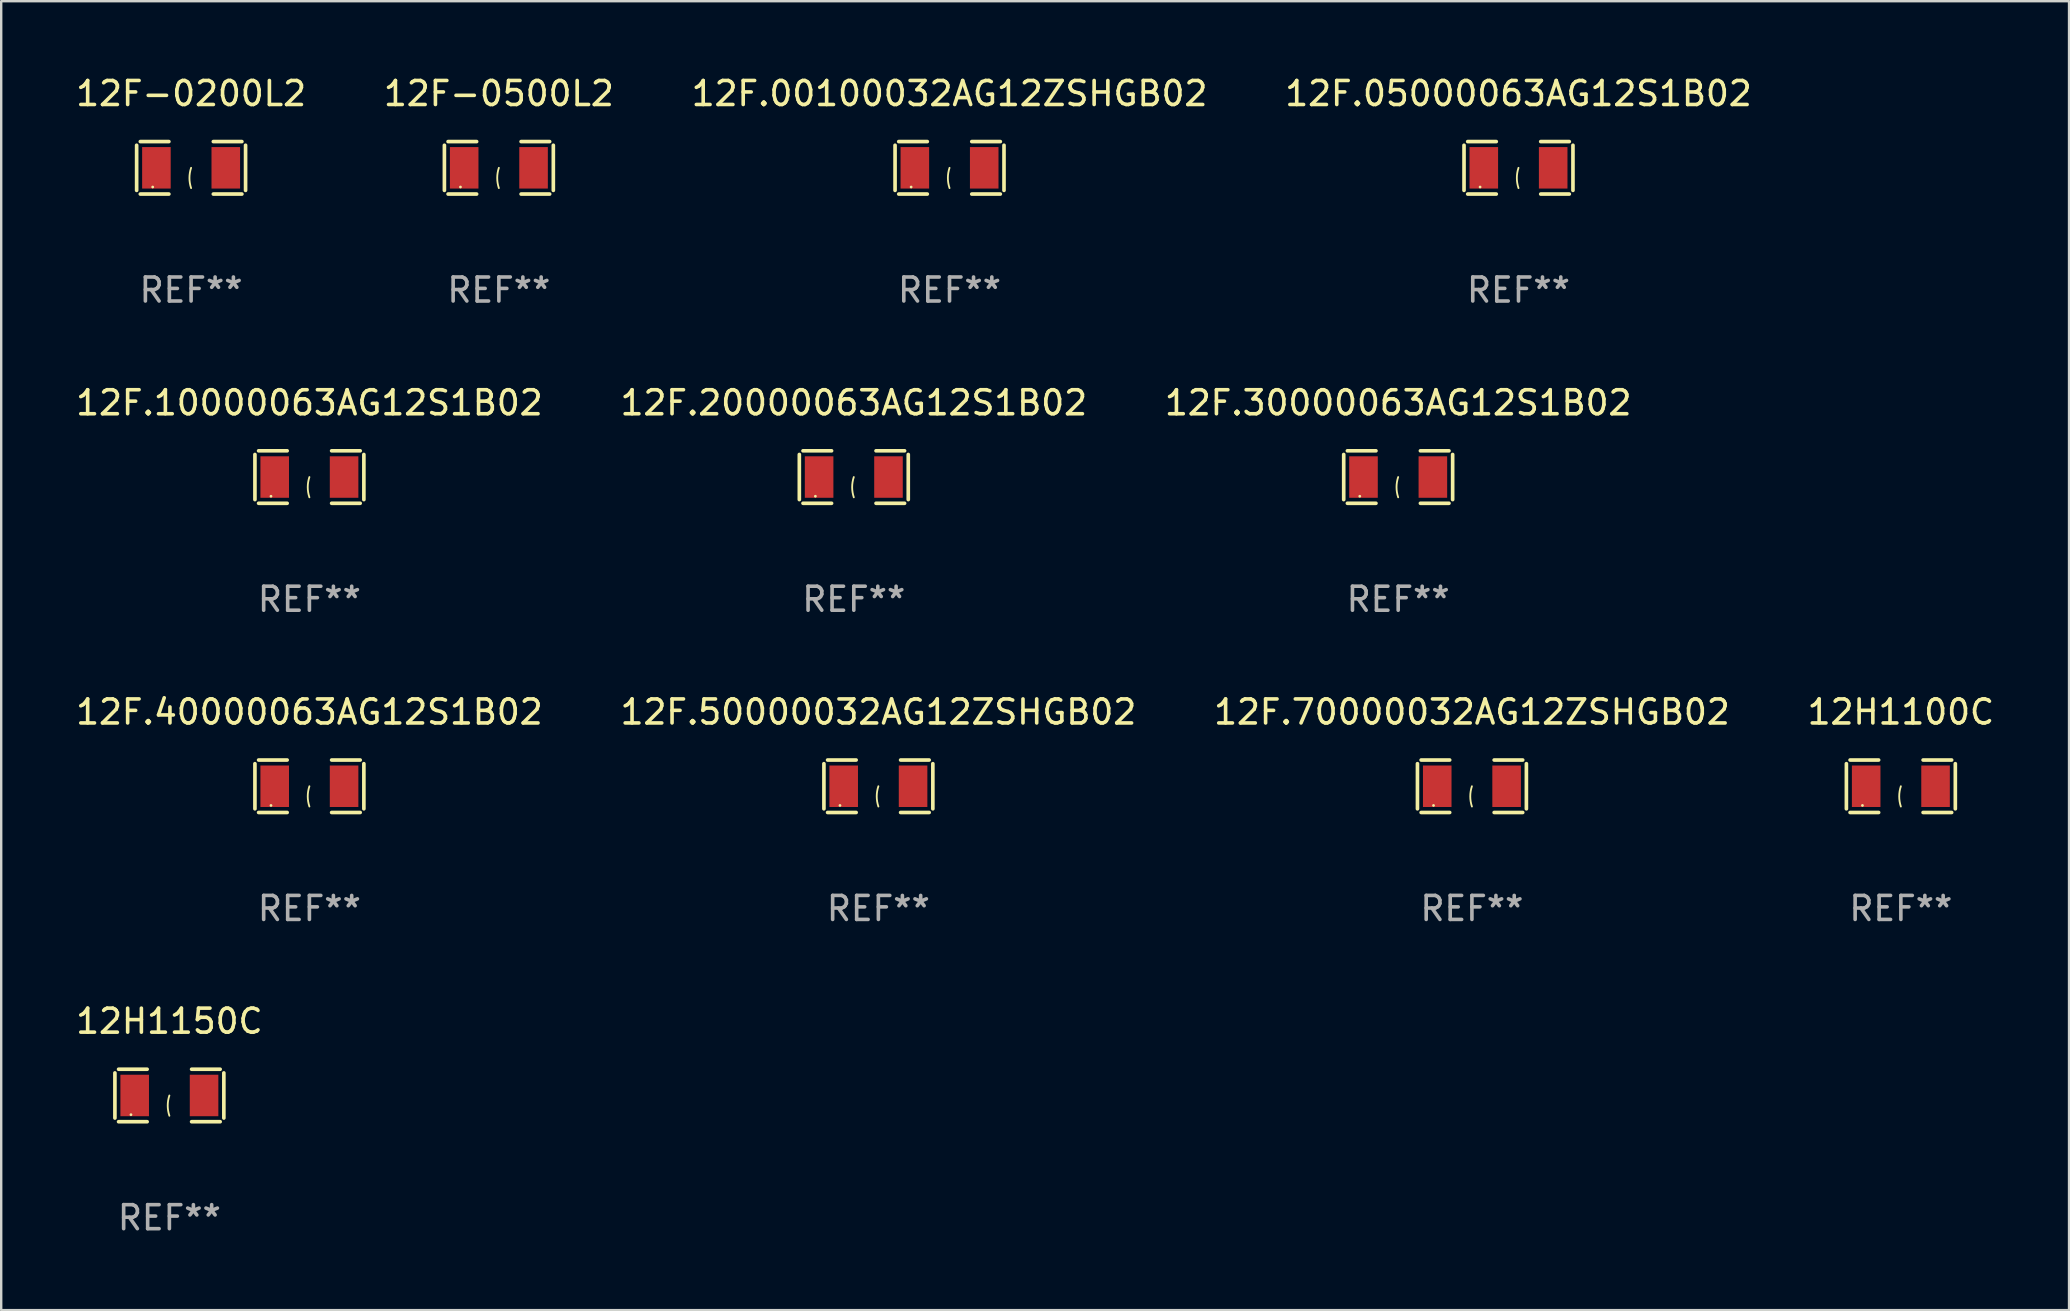
<source format=kicad_pcb>
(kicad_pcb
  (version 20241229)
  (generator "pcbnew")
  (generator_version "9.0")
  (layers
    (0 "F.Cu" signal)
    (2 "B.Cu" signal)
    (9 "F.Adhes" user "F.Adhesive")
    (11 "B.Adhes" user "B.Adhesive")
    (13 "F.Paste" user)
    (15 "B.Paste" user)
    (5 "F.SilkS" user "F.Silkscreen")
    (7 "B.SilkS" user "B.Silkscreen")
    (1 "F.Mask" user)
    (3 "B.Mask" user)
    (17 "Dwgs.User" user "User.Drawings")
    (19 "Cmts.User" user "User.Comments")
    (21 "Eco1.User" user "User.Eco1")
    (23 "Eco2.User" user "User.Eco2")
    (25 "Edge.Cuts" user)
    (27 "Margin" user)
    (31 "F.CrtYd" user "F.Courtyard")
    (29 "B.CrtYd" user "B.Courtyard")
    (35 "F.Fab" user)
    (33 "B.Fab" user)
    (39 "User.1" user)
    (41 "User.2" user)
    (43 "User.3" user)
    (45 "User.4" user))
  (footprint "12F.10000063AG12S1B02"
    (layer "F.Cu")
    (at 9.839 16.823)
    (property "Reference" "12F.10000063AG12S1B02" (at 0 -3.093 0) (layer "F.SilkS") (effects (font (size 1 1) (thickness 0.15))))
    (attr through_hole)
    (fp_line (start -2.269 -0.94) (end -2.269 0.94) (stroke (width 0.152) (type solid)) (layer "F.SilkS"))
    (fp_line (start -2.116 1.093) (end -0.926 1.093) (stroke (width 0.152) (type solid)) (layer "F.SilkS"))
    (fp_line (start -0.926 -1.093) (end -2.116 -1.093) (stroke (width 0.152) (type solid)) (layer "F.SilkS"))
    (fp_line (start 0.926 -1.093) (end 2.116 -1.093) (stroke (width 0.152) (type solid)) (layer "F.SilkS"))
    (fp_line (start 2.116 1.093) (end 0.926 1.093) (stroke (width 0.152) (type solid)) (layer "F.SilkS"))
    (fp_line (start 2.269 -0.94) (end 2.269 0.94) (stroke (width 0.152) (type solid)) (layer "F.SilkS"))
    (fp_arc (start 0 0.844951) (mid -0.068559 0.422475) (end 0 0) (stroke (width 0.0762) (type solid)) (layer "F.SilkS"))
    (fp_circle (center -1.6 0.8) (end -1.57 0.8) (stroke (width 0.06) (type solid)) (fill no) (layer "F.SilkS"))
    (fp_text user "REF**" (at 0 5.093 0) (layer "F.Fab") (effects (font (size 1 1) (thickness 0.15))))
    (pad "1" smd rect (at -1.445 0) (size 1.19 1.728) (layers "F.Cu" "F.Mask" "F.Paste"))
    (pad "2" smd rect (at 1.445 0) (size 1.19 1.728) (layers "F.Cu" "F.Mask" "F.Paste")))
  (footprint "12F.30000063AG12S1B02"
    (layer "F.Cu")
    (at 55.196 16.823)
    (property "Reference" "12F.30000063AG12S1B02" (at 0 -3.093 0) (layer "F.SilkS") (effects (font (size 1 1) (thickness 0.15))))
    (attr through_hole)
    (fp_line (start -2.269 -0.94) (end -2.269 0.94) (stroke (width 0.152) (type solid)) (layer "F.SilkS"))
    (fp_line (start -2.116 1.093) (end -0.926 1.093) (stroke (width 0.152) (type solid)) (layer "F.SilkS"))
    (fp_line (start -0.926 -1.093) (end -2.116 -1.093) (stroke (width 0.152) (type solid)) (layer "F.SilkS"))
    (fp_line (start 0.926 -1.093) (end 2.116 -1.093) (stroke (width 0.152) (type solid)) (layer "F.SilkS"))
    (fp_line (start 2.116 1.093) (end 0.926 1.093) (stroke (width 0.152) (type solid)) (layer "F.SilkS"))
    (fp_line (start 2.269 -0.94) (end 2.269 0.94) (stroke (width 0.152) (type solid)) (layer "F.SilkS"))
    (fp_arc (start 0 0.844951) (mid -0.068559 0.422475) (end 0 0) (stroke (width 0.0762) (type solid)) (layer "F.SilkS"))
    (fp_circle (center -1.6 0.8) (end -1.57 0.8) (stroke (width 0.06) (type solid)) (fill no) (layer "F.SilkS"))
    (fp_text user "REF**" (at 0 5.093 0) (layer "F.Fab") (effects (font (size 1 1) (thickness 0.15))))
    (pad "1" smd rect (at -1.445 0) (size 1.19 1.728) (layers "F.Cu" "F.Mask" "F.Paste"))
    (pad "2" smd rect (at 1.445 0) (size 1.19 1.728) (layers "F.Cu" "F.Mask" "F.Paste")))
  (footprint "12F-0500L2"
    (layer "F.Cu")
    (at 17.732 3.941)
    (property "Reference" "12F-0500L2" (at 0 -3.093 0) (layer "F.SilkS") (effects (font (size 1 1) (thickness 0.15))))
    (attr through_hole)
    (fp_line (start -2.269 -0.94) (end -2.269 0.94) (stroke (width 0.152) (type solid)) (layer "F.SilkS"))
    (fp_line (start -2.116 1.093) (end -0.926 1.093) (stroke (width 0.152) (type solid)) (layer "F.SilkS"))
    (fp_line (start -0.926 -1.093) (end -2.116 -1.093) (stroke (width 0.152) (type solid)) (layer "F.SilkS"))
    (fp_line (start 0.926 -1.093) (end 2.116 -1.093) (stroke (width 0.152) (type solid)) (layer "F.SilkS"))
    (fp_line (start 2.116 1.093) (end 0.926 1.093) (stroke (width 0.152) (type solid)) (layer "F.SilkS"))
    (fp_line (start 2.269 -0.94) (end 2.269 0.94) (stroke (width 0.152) (type solid)) (layer "F.SilkS"))
    (fp_arc (start 0 0.844951) (mid -0.068559 0.422475) (end 0 0) (stroke (width 0.0762) (type solid)) (layer "F.SilkS"))
    (fp_circle (center -1.6 0.8) (end -1.57 0.8) (stroke (width 0.06) (type solid)) (fill no) (layer "F.SilkS"))
    (fp_text user "REF**" (at 0 5.093 0) (layer "F.Fab") (effects (font (size 1 1) (thickness 0.15))))
    (pad "1" smd rect (at -1.445 0) (size 1.19 1.728) (layers "F.Cu" "F.Mask" "F.Paste"))
    (pad "2" smd rect (at 1.445 0) (size 1.19 1.728) (layers "F.Cu" "F.Mask" "F.Paste")))
  (footprint "12F.70000032AG12ZSHGB02"
    (layer "F.Cu")
    (at 58.268 29.704)
    (property "Reference" "12F.70000032AG12ZSHGB02" (at 0 -3.093 0) (layer "F.SilkS") (effects (font (size 1 1) (thickness 0.15))))
    (attr through_hole)
    (fp_line (start -2.269 -0.94) (end -2.269 0.94) (stroke (width 0.152) (type solid)) (layer "F.SilkS"))
    (fp_line (start -2.116 1.093) (end -0.926 1.093) (stroke (width 0.152) (type solid)) (layer "F.SilkS"))
    (fp_line (start -0.926 -1.093) (end -2.116 -1.093) (stroke (width 0.152) (type solid)) (layer "F.SilkS"))
    (fp_line (start 0.926 -1.093) (end 2.116 -1.093) (stroke (width 0.152) (type solid)) (layer "F.SilkS"))
    (fp_line (start 2.116 1.093) (end 0.926 1.093) (stroke (width 0.152) (type solid)) (layer "F.SilkS"))
    (fp_line (start 2.269 -0.94) (end 2.269 0.94) (stroke (width 0.152) (type solid)) (layer "F.SilkS"))
    (fp_arc (start 0 0.844951) (mid -0.068559 0.422475) (end 0 0) (stroke (width 0.0762) (type solid)) (layer "F.SilkS"))
    (fp_circle (center -1.6 0.8) (end -1.57 0.8) (stroke (width 0.06) (type solid)) (fill no) (layer "F.SilkS"))
    (fp_text user "REF**" (at 0 5.093 0) (layer "F.Fab") (effects (font (size 1 1) (thickness 0.15))))
    (pad "1" smd rect (at -1.445 0) (size 1.19 1.728) (layers "F.Cu" "F.Mask" "F.Paste"))
    (pad "2" smd rect (at 1.445 0) (size 1.19 1.728) (layers "F.Cu" "F.Mask" "F.Paste")))
  (footprint "12F-0200L2"
    (layer "F.Cu")
    (at 4.911 3.941)
    (property "Reference" "12F-0200L2" (at 0 -3.093 0) (layer "F.SilkS") (effects (font (size 1 1) (thickness 0.15))))
    (attr through_hole)
    (fp_line (start -2.269 -0.94) (end -2.269 0.94) (stroke (width 0.152) (type solid)) (layer "F.SilkS"))
    (fp_line (start -2.116 1.093) (end -0.926 1.093) (stroke (width 0.152) (type solid)) (layer "F.SilkS"))
    (fp_line (start -0.926 -1.093) (end -2.116 -1.093) (stroke (width 0.152) (type solid)) (layer "F.SilkS"))
    (fp_line (start 0.926 -1.093) (end 2.116 -1.093) (stroke (width 0.152) (type solid)) (layer "F.SilkS"))
    (fp_line (start 2.116 1.093) (end 0.926 1.093) (stroke (width 0.152) (type solid)) (layer "F.SilkS"))
    (fp_line (start 2.269 -0.94) (end 2.269 0.94) (stroke (width 0.152) (type solid)) (layer "F.SilkS"))
    (fp_arc (start 0 0.844951) (mid -0.068559 0.422475) (end 0 0) (stroke (width 0.0762) (type solid)) (layer "F.SilkS"))
    (fp_circle (center -1.6 0.8) (end -1.57 0.8) (stroke (width 0.06) (type solid)) (fill no) (layer "F.SilkS"))
    (fp_text user "REF**" (at 0 5.093 0) (layer "F.Fab") (effects (font (size 1 1) (thickness 0.15))))
    (pad "1" smd rect (at -1.445 0) (size 1.19 1.728) (layers "F.Cu" "F.Mask" "F.Paste"))
    (pad "2" smd rect (at 1.445 0) (size 1.19 1.728) (layers "F.Cu" "F.Mask" "F.Paste")))
  (footprint "12H1150C"
    (layer "F.Cu")
    (at 4.006 42.586)
    (property "Reference" "12H1150C" (at 0 -3.093 0) (layer "F.SilkS") (effects (font (size 1 1) (thickness 0.15))))
    (attr through_hole)
    (fp_line (start -2.269 -0.94) (end -2.269 0.94) (stroke (width 0.152) (type solid)) (layer "F.SilkS"))
    (fp_line (start -2.116 1.093) (end -0.926 1.093) (stroke (width 0.152) (type solid)) (layer "F.SilkS"))
    (fp_line (start -0.926 -1.093) (end -2.116 -1.093) (stroke (width 0.152) (type solid)) (layer "F.SilkS"))
    (fp_line (start 0.926 -1.093) (end 2.116 -1.093) (stroke (width 0.152) (type solid)) (layer "F.SilkS"))
    (fp_line (start 2.116 1.093) (end 0.926 1.093) (stroke (width 0.152) (type solid)) (layer "F.SilkS"))
    (fp_line (start 2.269 -0.94) (end 2.269 0.94) (stroke (width 0.152) (type solid)) (layer "F.SilkS"))
    (fp_arc (start 0 0.844951) (mid -0.068559 0.422475) (end 0 0) (stroke (width 0.0762) (type solid)) (layer "F.SilkS"))
    (fp_circle (center -1.6 0.8) (end -1.57 0.8) (stroke (width 0.06) (type solid)) (fill no) (layer "F.SilkS"))
    (fp_text user "REF**" (at 0 5.093 0) (layer "F.Fab") (effects (font (size 1 1) (thickness 0.15))))
    (pad "1" smd rect (at -1.445 0) (size 1.19 1.728) (layers "F.Cu" "F.Mask" "F.Paste"))
    (pad "2" smd rect (at 1.445 0) (size 1.19 1.728) (layers "F.Cu" "F.Mask" "F.Paste")))
  (footprint "12F.05000063AG12S1B02"
    (layer "F.Cu")
    (at 60.208 3.941)
    (property "Reference" "12F.05000063AG12S1B02" (at 0 -3.093 0) (layer "F.SilkS") (effects (font (size 1 1) (thickness 0.15))))
    (attr through_hole)
    (fp_line (start -2.269 -0.94) (end -2.269 0.94) (stroke (width 0.152) (type solid)) (layer "F.SilkS"))
    (fp_line (start -2.116 1.093) (end -0.926 1.093) (stroke (width 0.152) (type solid)) (layer "F.SilkS"))
    (fp_line (start -0.926 -1.093) (end -2.116 -1.093) (stroke (width 0.152) (type solid)) (layer "F.SilkS"))
    (fp_line (start 0.926 -1.093) (end 2.116 -1.093) (stroke (width 0.152) (type solid)) (layer "F.SilkS"))
    (fp_line (start 2.116 1.093) (end 0.926 1.093) (stroke (width 0.152) (type solid)) (layer "F.SilkS"))
    (fp_line (start 2.269 -0.94) (end 2.269 0.94) (stroke (width 0.152) (type solid)) (layer "F.SilkS"))
    (fp_arc (start 0 0.844951) (mid -0.068559 0.422475) (end 0 0) (stroke (width 0.0762) (type solid)) (layer "F.SilkS"))
    (fp_circle (center -1.6 0.8) (end -1.57 0.8) (stroke (width 0.06) (type solid)) (fill no) (layer "F.SilkS"))
    (fp_text user "REF**" (at 0 5.093 0) (layer "F.Fab") (effects (font (size 1 1) (thickness 0.15))))
    (pad "1" smd rect (at -1.445 0) (size 1.19 1.728) (layers "F.Cu" "F.Mask" "F.Paste"))
    (pad "2" smd rect (at 1.445 0) (size 1.19 1.728) (layers "F.Cu" "F.Mask" "F.Paste")))
  (footprint "12H1100C"
    (layer "F.Cu")
    (at 76.137 29.704)
    (property "Reference" "12H1100C" (at 0 -3.093 0) (layer "F.SilkS") (effects (font (size 1 1) (thickness 0.15))))
    (attr through_hole)
    (fp_line (start -2.269 -0.94) (end -2.269 0.94) (stroke (width 0.152) (type solid)) (layer "F.SilkS"))
    (fp_line (start -2.116 1.093) (end -0.926 1.093) (stroke (width 0.152) (type solid)) (layer "F.SilkS"))
    (fp_line (start -0.926 -1.093) (end -2.116 -1.093) (stroke (width 0.152) (type solid)) (layer "F.SilkS"))
    (fp_line (start 0.926 -1.093) (end 2.116 -1.093) (stroke (width 0.152) (type solid)) (layer "F.SilkS"))
    (fp_line (start 2.116 1.093) (end 0.926 1.093) (stroke (width 0.152) (type solid)) (layer "F.SilkS"))
    (fp_line (start 2.269 -0.94) (end 2.269 0.94) (stroke (width 0.152) (type solid)) (layer "F.SilkS"))
    (fp_arc (start 0 0.844951) (mid -0.068559 0.422475) (end 0 0) (stroke (width 0.0762) (type solid)) (layer "F.SilkS"))
    (fp_circle (center -1.6 0.8) (end -1.57 0.8) (stroke (width 0.06) (type solid)) (fill no) (layer "F.SilkS"))
    (fp_text user "REF**" (at 0 5.093 0) (layer "F.Fab") (effects (font (size 1 1) (thickness 0.15))))
    (pad "1" smd rect (at -1.445 0) (size 1.19 1.728) (layers "F.Cu" "F.Mask" "F.Paste"))
    (pad "2" smd rect (at 1.445 0) (size 1.19 1.728) (layers "F.Cu" "F.Mask" "F.Paste")))
  (footprint "12F.00100032AG12ZSHGB02"
    (layer "F.Cu")
    (at 36.506 3.941)
    (property "Reference" "12F.00100032AG12ZSHGB02" (at 0 -3.093 0) (layer "F.SilkS") (effects (font (size 1 1) (thickness 0.15))))
    (attr through_hole)
    (fp_line (start -2.269 -0.94) (end -2.269 0.94) (stroke (width 0.152) (type solid)) (layer "F.SilkS"))
    (fp_line (start -2.116 1.093) (end -0.926 1.093) (stroke (width 0.152) (type solid)) (layer "F.SilkS"))
    (fp_line (start -0.926 -1.093) (end -2.116 -1.093) (stroke (width 0.152) (type solid)) (layer "F.SilkS"))
    (fp_line (start 0.926 -1.093) (end 2.116 -1.093) (stroke (width 0.152) (type solid)) (layer "F.SilkS"))
    (fp_line (start 2.116 1.093) (end 0.926 1.093) (stroke (width 0.152) (type solid)) (layer "F.SilkS"))
    (fp_line (start 2.269 -0.94) (end 2.269 0.94) (stroke (width 0.152) (type solid)) (layer "F.SilkS"))
    (fp_arc (start 0 0.844951) (mid -0.068559 0.422475) (end 0 0) (stroke (width 0.0762) (type solid)) (layer "F.SilkS"))
    (fp_circle (center -1.6 0.8) (end -1.57 0.8) (stroke (width 0.06) (type solid)) (fill no) (layer "F.SilkS"))
    (fp_text user "REF**" (at 0 5.093 0) (layer "F.Fab") (effects (font (size 1 1) (thickness 0.15))))
    (pad "1" smd rect (at -1.445 0) (size 1.19 1.728) (layers "F.Cu" "F.Mask" "F.Paste"))
    (pad "2" smd rect (at 1.445 0) (size 1.19 1.728) (layers "F.Cu" "F.Mask" "F.Paste")))
  (footprint "12F.50000032AG12ZSHGB02"
    (layer "F.Cu")
    (at 33.542 29.704)
    (property "Reference" "12F.50000032AG12ZSHGB02" (at 0 -3.093 0) (layer "F.SilkS") (effects (font (size 1 1) (thickness 0.15))))
    (attr through_hole)
    (fp_line (start -2.269 -0.94) (end -2.269 0.94) (stroke (width 0.152) (type solid)) (layer "F.SilkS"))
    (fp_line (start -2.116 1.093) (end -0.926 1.093) (stroke (width 0.152) (type solid)) (layer "F.SilkS"))
    (fp_line (start -0.926 -1.093) (end -2.116 -1.093) (stroke (width 0.152) (type solid)) (layer "F.SilkS"))
    (fp_line (start 0.926 -1.093) (end 2.116 -1.093) (stroke (width 0.152) (type solid)) (layer "F.SilkS"))
    (fp_line (start 2.116 1.093) (end 0.926 1.093) (stroke (width 0.152) (type solid)) (layer "F.SilkS"))
    (fp_line (start 2.269 -0.94) (end 2.269 0.94) (stroke (width 0.152) (type solid)) (layer "F.SilkS"))
    (fp_arc (start 0 0.844951) (mid -0.068559 0.422475) (end 0 0) (stroke (width 0.0762) (type solid)) (layer "F.SilkS"))
    (fp_circle (center -1.6 0.8) (end -1.57 0.8) (stroke (width 0.06) (type solid)) (fill no) (layer "F.SilkS"))
    (fp_text user "REF**" (at 0 5.093 0) (layer "F.Fab") (effects (font (size 1 1) (thickness 0.15))))
    (pad "1" smd rect (at -1.445 0) (size 1.19 1.728) (layers "F.Cu" "F.Mask" "F.Paste"))
    (pad "2" smd rect (at 1.445 0) (size 1.19 1.728) (layers "F.Cu" "F.Mask" "F.Paste")))
  (footprint "12F.20000063AG12S1B02"
    (layer "F.Cu")
    (at 32.518 16.823)
    (property "Reference" "12F.20000063AG12S1B02" (at 0 -3.093 0) (layer "F.SilkS") (effects (font (size 1 1) (thickness 0.15))))
    (attr through_hole)
    (fp_line (start -2.269 -0.94) (end -2.269 0.94) (stroke (width 0.152) (type solid)) (layer "F.SilkS"))
    (fp_line (start -2.116 1.093) (end -0.926 1.093) (stroke (width 0.152) (type solid)) (layer "F.SilkS"))
    (fp_line (start -0.926 -1.093) (end -2.116 -1.093) (stroke (width 0.152) (type solid)) (layer "F.SilkS"))
    (fp_line (start 0.926 -1.093) (end 2.116 -1.093) (stroke (width 0.152) (type solid)) (layer "F.SilkS"))
    (fp_line (start 2.116 1.093) (end 0.926 1.093) (stroke (width 0.152) (type solid)) (layer "F.SilkS"))
    (fp_line (start 2.269 -0.94) (end 2.269 0.94) (stroke (width 0.152) (type solid)) (layer "F.SilkS"))
    (fp_arc (start 0 0.844951) (mid -0.068559 0.422475) (end 0 0) (stroke (width 0.0762) (type solid)) (layer "F.SilkS"))
    (fp_circle (center -1.6 0.8) (end -1.57 0.8) (stroke (width 0.06) (type solid)) (fill no) (layer "F.SilkS"))
    (fp_text user "REF**" (at 0 5.093 0) (layer "F.Fab") (effects (font (size 1 1) (thickness 0.15))))
    (pad "1" smd rect (at -1.445 0) (size 1.19 1.728) (layers "F.Cu" "F.Mask" "F.Paste"))
    (pad "2" smd rect (at 1.445 0) (size 1.19 1.728) (layers "F.Cu" "F.Mask" "F.Paste")))
  (footprint "12F.40000063AG12S1B02"
    (layer "F.Cu")
    (at 9.839 29.704)
    (property "Reference" "12F.40000063AG12S1B02" (at 0 -3.093 0) (layer "F.SilkS") (effects (font (size 1 1) (thickness 0.15))))
    (attr through_hole)
    (fp_line (start -2.269 -0.94) (end -2.269 0.94) (stroke (width 0.152) (type solid)) (layer "F.SilkS"))
    (fp_line (start -2.116 1.093) (end -0.926 1.093) (stroke (width 0.152) (type solid)) (layer "F.SilkS"))
    (fp_line (start -0.926 -1.093) (end -2.116 -1.093) (stroke (width 0.152) (type solid)) (layer "F.SilkS"))
    (fp_line (start 0.926 -1.093) (end 2.116 -1.093) (stroke (width 0.152) (type solid)) (layer "F.SilkS"))
    (fp_line (start 2.116 1.093) (end 0.926 1.093) (stroke (width 0.152) (type solid)) (layer "F.SilkS"))
    (fp_line (start 2.269 -0.94) (end 2.269 0.94) (stroke (width 0.152) (type solid)) (layer "F.SilkS"))
    (fp_arc (start 0 0.844951) (mid -0.068559 0.422475) (end 0 0) (stroke (width 0.0762) (type solid)) (layer "F.SilkS"))
    (fp_circle (center -1.6 0.8) (end -1.57 0.8) (stroke (width 0.06) (type solid)) (fill no) (layer "F.SilkS"))
    (fp_text user "REF**" (at 0 5.093 0) (layer "F.Fab") (effects (font (size 1 1) (thickness 0.15))))
    (pad "1" smd rect (at -1.445 0) (size 1.19 1.728) (layers "F.Cu" "F.Mask" "F.Paste"))
    (pad "2" smd rect (at 1.445 0) (size 1.19 1.728) (layers "F.Cu" "F.Mask" "F.Paste")))
  (gr_rect
    (start -3 -3)
    (end 83.143 51.527)
    (stroke (width 0.1) (type default))
    (fill no)
    (layer "Edge.Cuts")))
</source>
